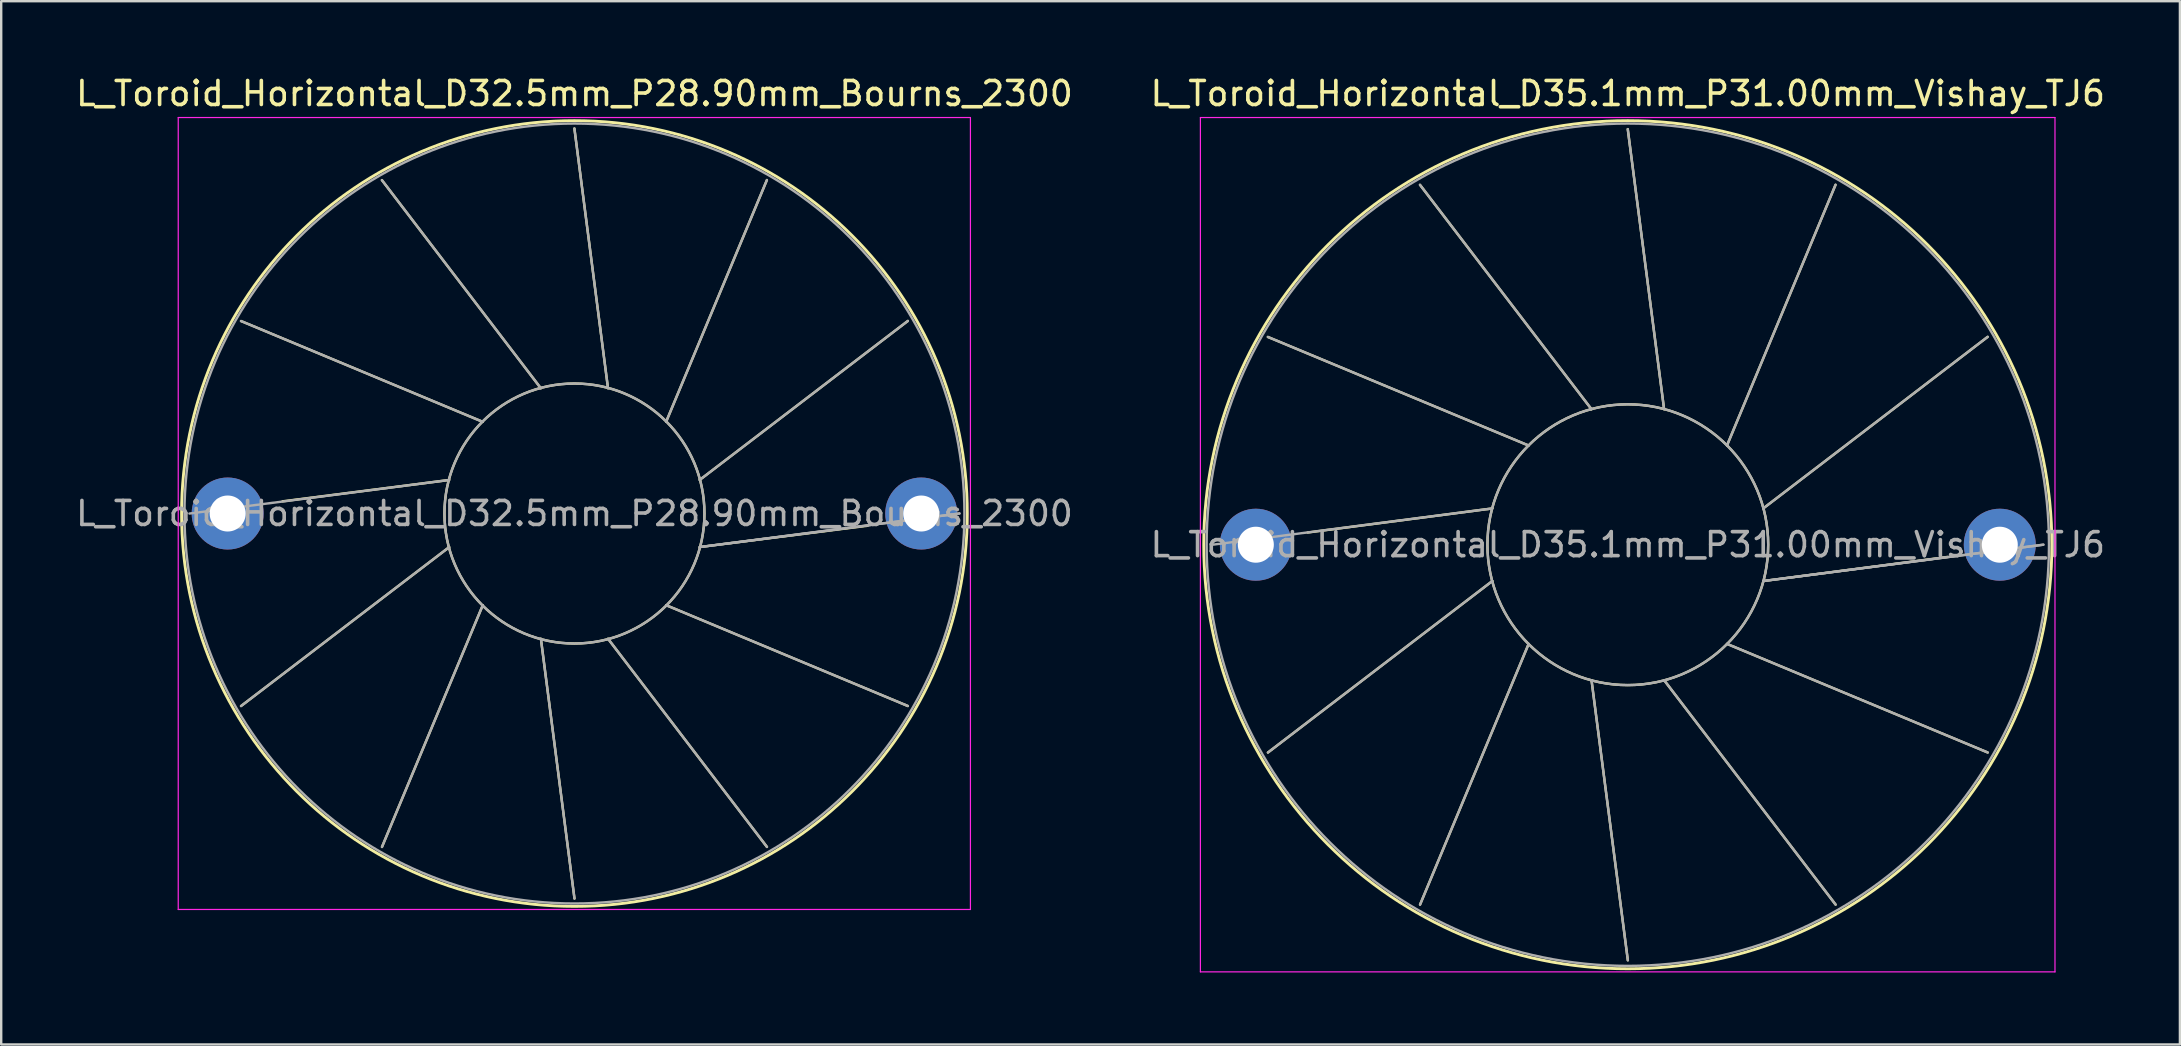
<source format=kicad_pcb>
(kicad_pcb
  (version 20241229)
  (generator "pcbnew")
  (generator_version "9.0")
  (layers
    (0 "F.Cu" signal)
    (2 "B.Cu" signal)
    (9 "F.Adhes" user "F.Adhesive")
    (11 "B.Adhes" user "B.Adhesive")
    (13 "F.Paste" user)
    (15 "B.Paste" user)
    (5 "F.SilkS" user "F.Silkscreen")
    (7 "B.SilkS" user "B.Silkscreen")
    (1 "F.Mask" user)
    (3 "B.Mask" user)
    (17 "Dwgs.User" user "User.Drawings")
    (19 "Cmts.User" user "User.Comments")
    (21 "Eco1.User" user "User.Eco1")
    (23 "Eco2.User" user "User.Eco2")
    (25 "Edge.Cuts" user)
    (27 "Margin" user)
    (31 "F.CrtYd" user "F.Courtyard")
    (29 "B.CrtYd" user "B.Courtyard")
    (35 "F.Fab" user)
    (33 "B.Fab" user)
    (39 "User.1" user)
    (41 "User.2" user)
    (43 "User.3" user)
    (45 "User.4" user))
  (footprint "L_Toroid_Horizontal_D32.5mm_P28.90mm_Bourns_2300"
    (layer "F.Cu")
    (at 6.437 18.348)
    (property "Reference" "L_Toroid_Horizontal_D32.5mm_P28.90mm_Bourns_2300" (at 14.45 -17.5 0) (layer "F.SilkS") (effects (font (size 1 1) (thickness 0.15))))
    (attr through_hole)
    (fp_line (start 0.556 -8.02) (end 10.629 -3.82) (stroke (width 0.1) (type solid)) (layer "F.SilkS"))
    (fp_line (start 0.557 8.022) (end 9.232 1.399) (stroke (width 0.1) (type solid)) (layer "F.SilkS"))
    (fp_line (start 2.286 -0.508) (end 9.231 -1.398) (stroke (width 0.1) (type solid)) (layer "F.SilkS"))
    (fp_line (start 6.427 -13.892) (end 13.051 -5.218) (stroke (width 0.1) (type solid)) (layer "F.SilkS"))
    (fp_line (start 6.43 13.894) (end 10.63 3.82) (stroke (width 0.1) (type solid)) (layer "F.SilkS"))
    (fp_line (start 14.448 -16.043) (end 15.848 -5.219) (stroke (width 0.1) (type solid)) (layer "F.SilkS"))
    (fp_line (start 14.451 16.043) (end 13.052 5.219) (stroke (width 0.1) (type solid)) (layer "F.SilkS"))
    (fp_line (start 22.469 -13.895) (end 18.27 -3.821) (stroke (width 0.1) (type solid)) (layer "F.SilkS"))
    (fp_line (start 22.472 13.893) (end 15.848 5.218) (stroke (width 0.1) (type solid)) (layer "F.SilkS"))
    (fp_line (start 26.67 0.508) (end 19.669 1.397) (stroke (width 0.1) (type solid)) (layer "F.SilkS"))
    (fp_line (start 28.342 -8.024) (end 19.668 -1.399) (stroke (width 0.1) (type solid)) (layer "F.SilkS"))
    (fp_line (start 28.343 8.021) (end 18.27 3.82) (stroke (width 0.1) (type solid)) (layer "F.SilkS"))
    (fp_circle (center 14.45 0) (end 19.867 0) (stroke (width 0.1) (type solid)) (fill no) (layer "F.SilkS"))
    (fp_circle (center 14.45 0) (end 30.82 0) (stroke (width 0.12) (type solid)) (fill no) (layer "F.SilkS"))
    (fp_line (start -2.06 -16.5) (end -2.06 16.5) (stroke (width 0.05) (type solid)) (layer "F.CrtYd"))
    (fp_line (start -2.06 16.5) (end 30.95 16.5) (stroke (width 0.05) (type solid)) (layer "F.CrtYd"))
    (fp_line (start 30.95 -16.5) (end -2.06 -16.5) (stroke (width 0.05) (type solid)) (layer "F.CrtYd"))
    (fp_line (start 30.95 16.5) (end 30.95 -16.5) (stroke (width 0.05) (type solid)) (layer "F.CrtYd"))
    (fp_line (start -1.593 0.001) (end 9.231 -1.398) (stroke (width 0.1) (type solid)) (layer "F.Fab"))
    (fp_line (start 0.556 -8.02) (end 10.629 -3.82) (stroke (width 0.1) (type solid)) (layer "F.Fab"))
    (fp_line (start 0.557 8.022) (end 9.232 1.399) (stroke (width 0.1) (type solid)) (layer "F.Fab"))
    (fp_line (start 6.427 -13.892) (end 13.051 -5.218) (stroke (width 0.1) (type solid)) (layer "F.Fab"))
    (fp_line (start 6.43 13.894) (end 10.63 3.82) (stroke (width 0.1) (type solid)) (layer "F.Fab"))
    (fp_line (start 14.448 -16.043) (end 15.848 -5.219) (stroke (width 0.1) (type solid)) (layer "F.Fab"))
    (fp_line (start 14.451 16.043) (end 13.052 5.219) (stroke (width 0.1) (type solid)) (layer "F.Fab"))
    (fp_line (start 22.469 -13.895) (end 18.27 -3.821) (stroke (width 0.1) (type solid)) (layer "F.Fab"))
    (fp_line (start 22.472 13.893) (end 15.848 5.218) (stroke (width 0.1) (type solid)) (layer "F.Fab"))
    (fp_line (start 28.342 -8.024) (end 19.668 -1.399) (stroke (width 0.1) (type solid)) (layer "F.Fab"))
    (fp_line (start 28.343 8.021) (end 18.27 3.82) (stroke (width 0.1) (type solid)) (layer "F.Fab"))
    (fp_line (start 30.493 -0.003) (end 19.669 1.397) (stroke (width 0.1) (type solid)) (layer "F.Fab"))
    (fp_line (start 30.493 0) (end 19.669 1.398) (stroke (width 0.1) (type solid)) (layer "F.Fab"))
    (fp_circle (center 14.45 0) (end 19.867 0) (stroke (width 0.1) (type solid)) (fill no) (layer "F.Fab"))
    (fp_circle (center 14.45 0) (end 30.7 0) (stroke (width 0.1) (type solid)) (fill no) (layer "F.Fab"))
    (fp_text user "${REFERENCE}" (at 14.45 0 0) (layer "F.Fab") (effects (font (size 1 1) (thickness 0.15))))
    (pad "1" thru_hole circle (at 0 0) (size 3 3) (drill 1.5) (layers "*.Cu" "*.Mask"))
    (pad "2" thru_hole circle (at 28.9 0) (size 3 3) (drill 1.5) (layers "*.Cu" "*.Mask")))
  (footprint "L_Toroid_Horizontal_D35.1mm_P31.00mm_Vishay_TJ6"
    (layer "F.Cu")
    (at 49.28 19.648)
    (property "Reference" "L_Toroid_Horizontal_D35.1mm_P31.00mm_Vishay_TJ6" (at 15.5 -18.8 0) (layer "F.SilkS") (effects (font (size 1 1) (thickness 0.15))))
    (attr through_hole)
    (fp_line (start 0.502 -8.657) (end 11.367 -4.132) (stroke (width 0.1) (type solid)) (layer "F.SilkS"))
    (fp_line (start 0.504 8.659) (end 9.855 1.513) (stroke (width 0.1) (type solid)) (layer "F.SilkS"))
    (fp_line (start 2.159 -0.508) (end 9.854 -1.512) (stroke (width 0.1) (type solid)) (layer "F.SilkS"))
    (fp_line (start 6.84 -14.996) (end 13.987 -5.645) (stroke (width 0.1) (type solid)) (layer "F.SilkS"))
    (fp_line (start 6.843 14.997) (end 11.368 4.133) (stroke (width 0.1) (type solid)) (layer "F.SilkS"))
    (fp_line (start 15.498 -17.317) (end 17.012 -5.646) (stroke (width 0.1) (type solid)) (layer "F.SilkS"))
    (fp_line (start 15.501 17.317) (end 13.988 5.646) (stroke (width 0.1) (type solid)) (layer "F.SilkS"))
    (fp_line (start 24.156 -14.998) (end 19.632 -4.133) (stroke (width 0.1) (type solid)) (layer "F.SilkS"))
    (fp_line (start 24.159 14.996) (end 17.013 5.645) (stroke (width 0.1) (type solid)) (layer "F.SilkS"))
    (fp_line (start 28.829 0.508) (end 21.145 1.513) (stroke (width 0.1) (type solid)) (layer "F.SilkS"))
    (fp_line (start 30.495 -8.661) (end 21.145 -1.514) (stroke (width 0.1) (type solid)) (layer "F.SilkS"))
    (fp_line (start 30.497 8.658) (end 19.633 4.133) (stroke (width 0.1) (type solid)) (layer "F.SilkS"))
    (fp_circle (center 15.5 0) (end 21.35 0) (stroke (width 0.1) (type solid)) (fill no) (layer "F.SilkS"))
    (fp_circle (center 15.5 0) (end 33.17 0) (stroke (width 0.12) (type solid)) (fill no) (layer "F.SilkS"))
    (fp_line (start -2.31 -17.8) (end -2.31 17.8) (stroke (width 0.05) (type solid)) (layer "F.CrtYd"))
    (fp_line (start -2.31 17.8) (end 33.3 17.8) (stroke (width 0.05) (type solid)) (layer "F.CrtYd"))
    (fp_line (start 33.3 -17.8) (end -2.31 -17.8) (stroke (width 0.05) (type solid)) (layer "F.CrtYd"))
    (fp_line (start 33.3 17.8) (end 33.3 -17.8) (stroke (width 0.05) (type solid)) (layer "F.CrtYd"))
    (fp_line (start -1.817 0.002) (end 9.854 -1.512) (stroke (width 0.1) (type solid)) (layer "F.Fab"))
    (fp_line (start 0.502 -8.657) (end 11.367 -4.132) (stroke (width 0.1) (type solid)) (layer "F.Fab"))
    (fp_line (start 0.504 8.659) (end 9.855 1.513) (stroke (width 0.1) (type solid)) (layer "F.Fab"))
    (fp_line (start 6.84 -14.996) (end 13.987 -5.645) (stroke (width 0.1) (type solid)) (layer "F.Fab"))
    (fp_line (start 6.843 14.997) (end 11.368 4.133) (stroke (width 0.1) (type solid)) (layer "F.Fab"))
    (fp_line (start 15.498 -17.317) (end 17.012 -5.646) (stroke (width 0.1) (type solid)) (layer "F.Fab"))
    (fp_line (start 15.501 17.317) (end 13.988 5.646) (stroke (width 0.1) (type solid)) (layer "F.Fab"))
    (fp_line (start 24.156 -14.998) (end 19.632 -4.133) (stroke (width 0.1) (type solid)) (layer "F.Fab"))
    (fp_line (start 24.159 14.996) (end 17.013 5.645) (stroke (width 0.1) (type solid)) (layer "F.Fab"))
    (fp_line (start 30.495 -8.661) (end 21.145 -1.514) (stroke (width 0.1) (type solid)) (layer "F.Fab"))
    (fp_line (start 30.497 8.658) (end 19.633 4.133) (stroke (width 0.1) (type solid)) (layer "F.Fab"))
    (fp_line (start 32.817 -0.003) (end 21.146 1.512) (stroke (width 0.1) (type solid)) (layer "F.Fab"))
    (fp_line (start 32.817 0) (end 21.145 1.513) (stroke (width 0.1) (type solid)) (layer "F.Fab"))
    (fp_circle (center 15.5 0) (end 21.35 0) (stroke (width 0.1) (type solid)) (fill no) (layer "F.Fab"))
    (fp_circle (center 15.5 0) (end 33.05 0) (stroke (width 0.1) (type solid)) (fill no) (layer "F.Fab"))
    (fp_text user "${REFERENCE}" (at 15.5 0 0) (layer "F.Fab") (effects (font (size 1 1) (thickness 0.15))))
    (pad "1" thru_hole circle (at 0 0) (size 3 3) (drill 1.5) (layers "*.Cu" "*.Mask"))
    (pad "2" thru_hole circle (at 31 0) (size 3 3) (drill 1.5) (layers "*.Cu" "*.Mask")))
  (gr_rect
    (start -3 -3)
    (end 87.786 40.473)
    (stroke (width 0.1) (type default))
    (fill no)
    (layer "Edge.Cuts")))
</source>
